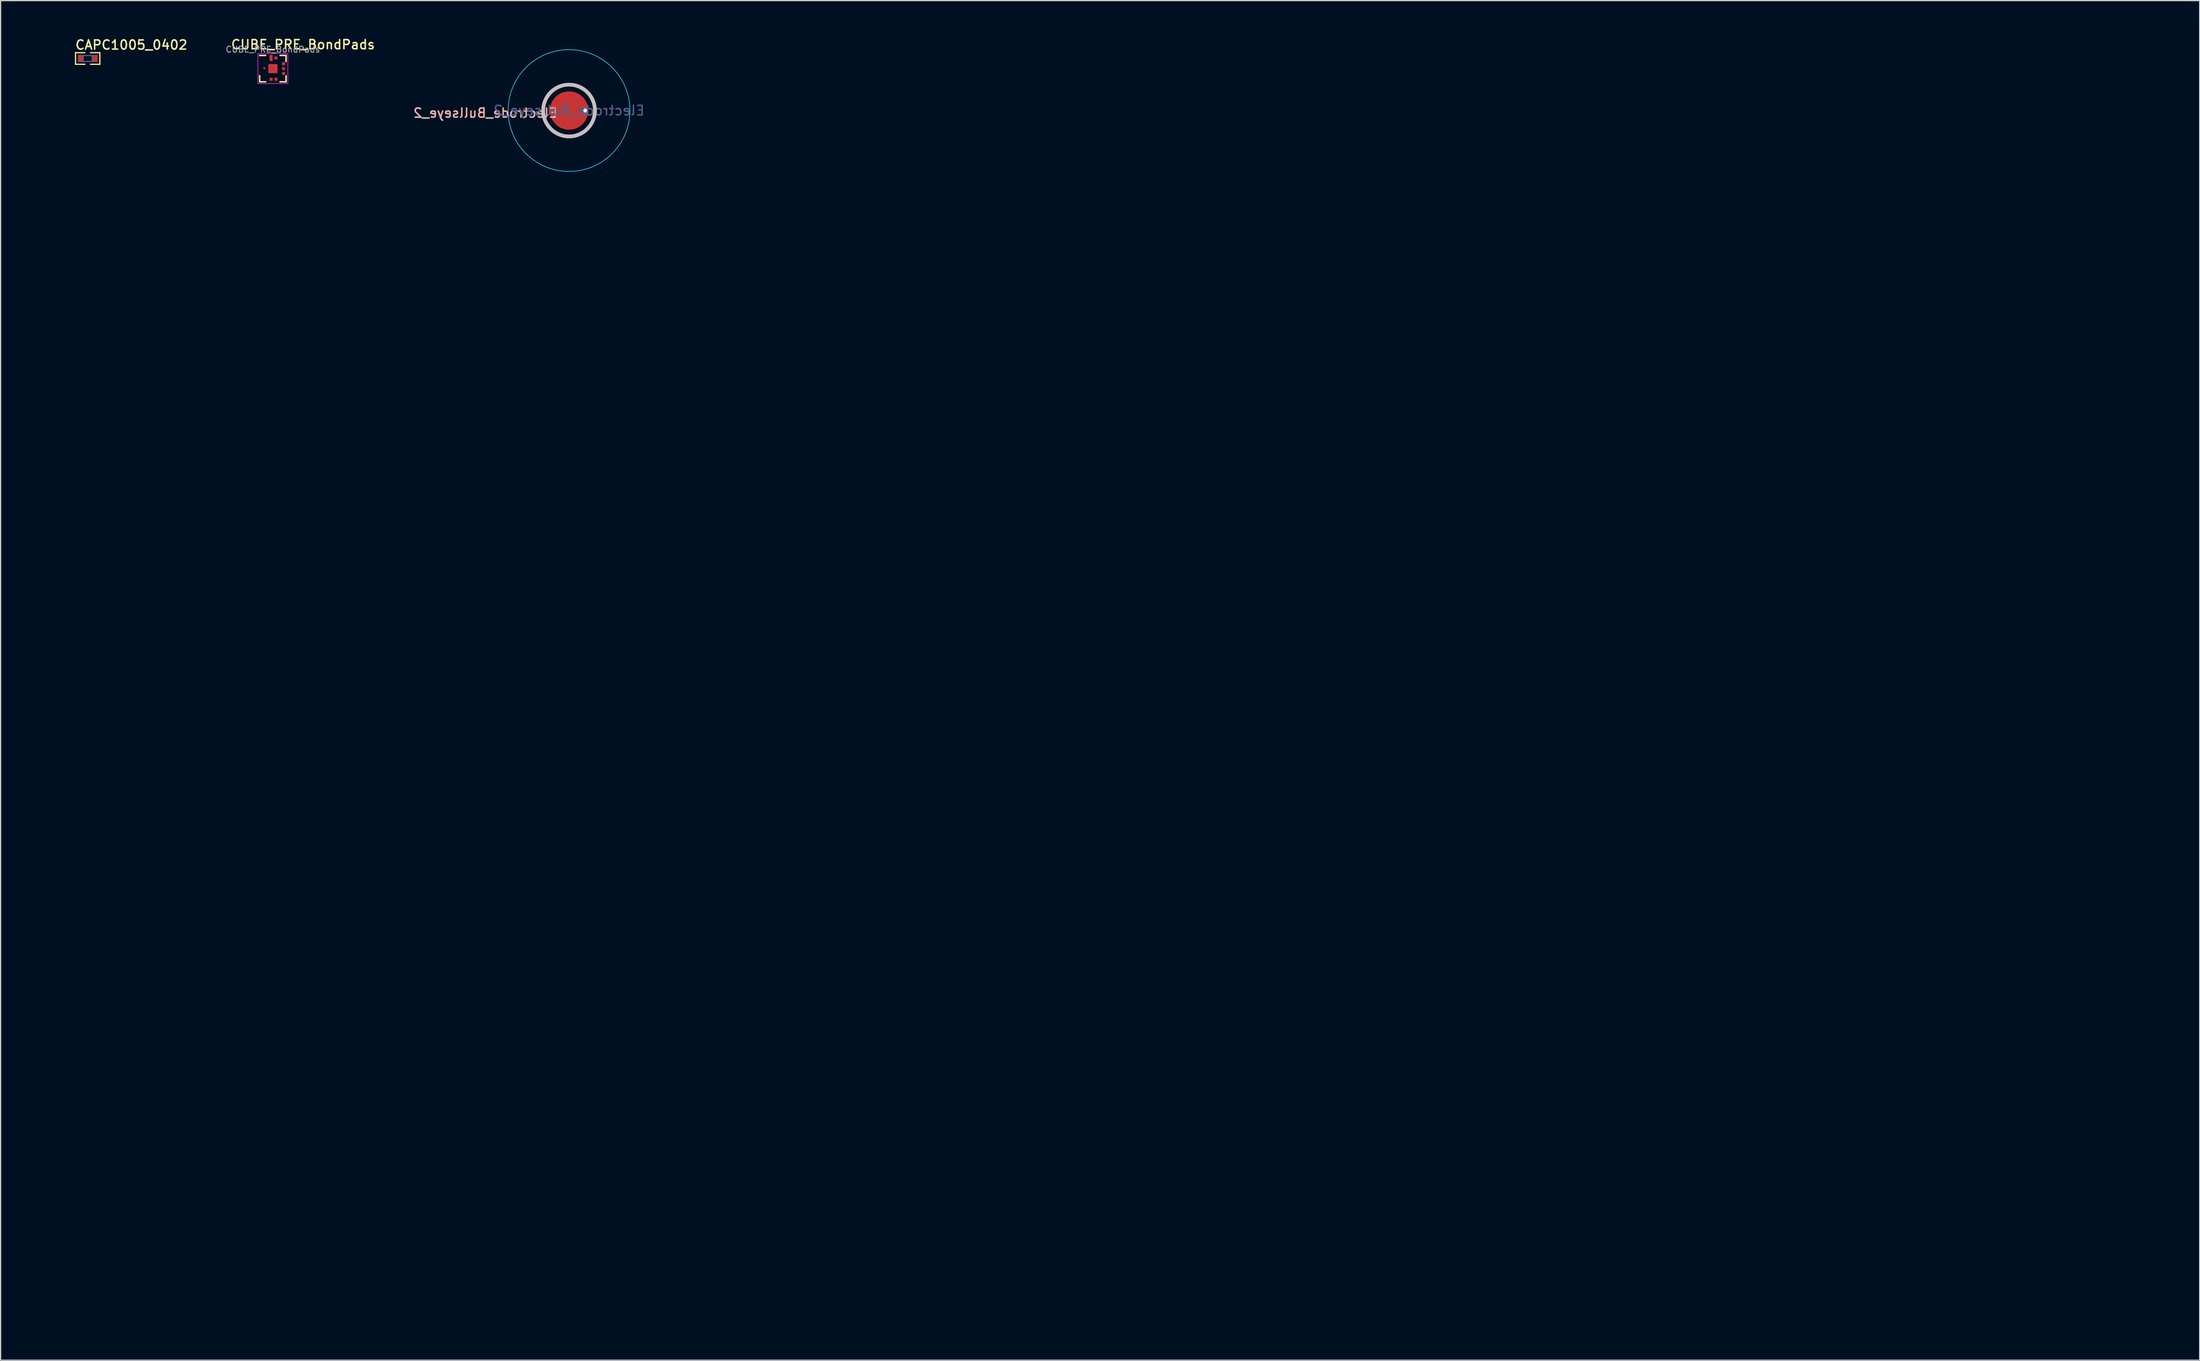
<source format=kicad_pcb>
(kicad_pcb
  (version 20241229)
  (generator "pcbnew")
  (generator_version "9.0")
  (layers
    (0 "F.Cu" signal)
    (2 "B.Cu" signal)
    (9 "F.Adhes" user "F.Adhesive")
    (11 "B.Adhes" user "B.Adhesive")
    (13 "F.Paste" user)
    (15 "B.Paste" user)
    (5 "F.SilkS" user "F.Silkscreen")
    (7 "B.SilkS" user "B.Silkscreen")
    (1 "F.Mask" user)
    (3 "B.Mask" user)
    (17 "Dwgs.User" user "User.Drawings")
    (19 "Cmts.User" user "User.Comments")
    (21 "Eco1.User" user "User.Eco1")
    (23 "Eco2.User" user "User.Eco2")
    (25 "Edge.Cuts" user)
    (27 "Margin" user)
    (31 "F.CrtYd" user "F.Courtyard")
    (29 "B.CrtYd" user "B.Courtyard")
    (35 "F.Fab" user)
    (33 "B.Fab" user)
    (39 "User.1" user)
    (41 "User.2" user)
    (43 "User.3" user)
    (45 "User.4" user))
  (footprint "CAPC1005_0402"
    (layer "F.Cu")
    (at 4.264 1.829)
    (property "Reference" "CAPC1005_0402" (at -1.101 -0.686 0) (unlocked yes) (layer "F.SilkS") (effects (font (size 0.762 0.762) (thickness 0.127)) (justify left bottom)))
    (fp_line (start -1.016 -0.483) (end -0.229 -0.483) (stroke (width 0.102) (type solid)) (layer "F.SilkS"))
    (fp_line (start -1.016 0.483) (end -1.016 -0.483) (stroke (width 0.102) (type solid)) (layer "F.SilkS"))
    (fp_line (start -1.016 0.483) (end -0.229 0.483) (stroke (width 0.102) (type solid)) (layer "F.SilkS"))
    (fp_line (start 0.229 -0.483) (end 1.016 -0.483) (stroke (width 0.102) (type solid)) (layer "F.SilkS"))
    (fp_line (start 0.229 0.483) (end 1.016 0.483) (stroke (width 0.102) (type solid)) (layer "F.SilkS"))
    (fp_line (start 1.016 0.483) (end 1.016 -0.483) (stroke (width 0.102) (type solid)) (layer "F.SilkS"))
    (fp_line (start -1.016 -0.483) (end 1.016 -0.483) (stroke (width 0.102) (type solid)) (layer "Eco1.User"))
    (fp_line (start -1.016 0.483) (end -1.016 -0.483) (stroke (width 0.102) (type solid)) (layer "Eco1.User"))
    (fp_line (start -1.016 0.483) (end 1.016 0.483) (stroke (width 0.102) (type solid)) (layer "Eco1.User"))
    (fp_line (start -0.25 0) (end 0.25 0) (stroke (width 0.1) (type solid)) (layer "Eco1.User"))
    (fp_line (start 0 0.25) (end 0 -0.25) (stroke (width 0.1) (type solid)) (layer "Eco1.User"))
    (fp_line (start 1.016 0.483) (end 1.016 -0.483) (stroke (width 0.102) (type solid)) (layer "Eco1.User"))
    (fp_line (start -0.5 -0.25) (end 0.5 -0.25) (stroke (width 0.1) (type solid)) (layer "B.Fab"))
    (fp_line (start -0.5 0.25) (end -0.5 -0.25) (stroke (width 0.1) (type solid)) (layer "B.Fab"))
    (fp_line (start -0.5 0.25) (end 0.5 0.25) (stroke (width 0.1) (type solid)) (layer "B.Fab"))
    (fp_line (start 0.5 0.25) (end 0.5 -0.25) (stroke (width 0.1) (type solid)) (layer "B.Fab"))
    (fp_text user "${REFERENCE}" (at -1.016 0.457 0) (unlocked yes) (layer "User.5") (effects (font (size 0.508 0.508) (thickness 0.127))))
    (pad "1" smd rect (at -0.576 0 90) (size 0.6 0.5) (layers "F.Cu" "F.Mask" "F.Paste"))
    (pad "2" smd rect (at 0.576 0 90) (size 0.6 0.5) (layers "F.Cu" "F.Mask" "F.Paste")))
  (footprint "CUBE_PRE_BondPads"
    (layer "F.Cu")
    (at 19.709 2.675)
    (property "Reference" "CUBE_PRE_BondPads" (at 2.515 -2.007 0) (layer "F.SilkS") (effects (font (size 0.762 0.762) (thickness 0.127))))
    (attr smd allow_soldermask_bridges)
    (fp_rect (start -1.016 -1.016) (end 1.016 1.016) (stroke (width 0.102) (type solid)) (fill yes) (layer "F.Mask"))
    (fp_line (start -1.1 -1.1) (end -1.1 -1.1) (stroke (width 0.12) (type solid)) (layer "F.SilkS"))
    (fp_line (start -1.1 0.6) (end -1.1 0.6) (stroke (width 0.12) (type solid)) (layer "F.SilkS"))
    (fp_line (start -1.1 1.1) (end -1.1 0.6) (stroke (width 0.12) (type solid)) (layer "F.SilkS"))
    (fp_line (start -0.6 -1.1) (end -1.1 -1.1) (stroke (width 0.12) (type solid)) (layer "F.SilkS"))
    (fp_line (start -0.6 1.1) (end -1.1 1.1) (stroke (width 0.12) (type solid)) (layer "F.SilkS"))
    (fp_line (start 0.6 -1.1) (end 1.1 -1.1) (stroke (width 0.12) (type solid)) (layer "F.SilkS"))
    (fp_line (start 0.6 1.1) (end 0.6 1.1) (stroke (width 0.12) (type solid)) (layer "F.SilkS"))
    (fp_line (start 1.1 -1.1) (end 1.1 -0.6) (stroke (width 0.12) (type solid)) (layer "F.SilkS"))
    (fp_line (start 1.1 -0.6) (end 1.1 -0.6) (stroke (width 0.12) (type solid)) (layer "F.SilkS"))
    (fp_line (start 1.1 0.6) (end 1.1 1.1) (stroke (width 0.12) (type solid)) (layer "F.SilkS"))
    (fp_line (start 1.1 1.1) (end 0.6 1.1) (stroke (width 0.12) (type solid)) (layer "F.SilkS"))
    (fp_line (start -1.25 -1.25) (end 1.25 -1.25) (stroke (width 0.05) (type solid)) (layer "F.CrtYd"))
    (fp_line (start -1.25 1.25) (end -1.25 -1.25) (stroke (width 0.05) (type solid)) (layer "F.CrtYd"))
    (fp_line (start 1.25 -1.25) (end 1.25 1.25) (stroke (width 0.05) (type solid)) (layer "F.CrtYd"))
    (fp_line (start 1.25 1.25) (end -1.25 1.25) (stroke (width 0.05) (type solid)) (layer "F.CrtYd"))
    (fp_rect (start -0.375 -0.375) (end 0.375 0.375) (stroke (width 0.005) (type default)) (fill no) (layer "F.Fab"))
    (fp_rect (start -0.305 -0.25) (end -0.255 -0.21) (stroke (width 0.005) (type solid)) (fill no) (layer "F.Fab"))
    (fp_rect (start -0.305 -0.05) (end -0.255 -0.01) (stroke (width 0.005) (type solid)) (fill no) (layer "F.Fab"))
    (fp_rect (start -0.305 0.15) (end -0.255 0.19) (stroke (width 0.005) (type solid)) (fill no) (layer "F.Fab"))
    (fp_rect (start -0.128 -0.3) (end -0.033 -0.205) (stroke (width 0.005) (type solid)) (fill no) (layer "F.Fab"))
    (fp_rect (start -0.128 0.2) (end -0.033 0.295) (stroke (width 0.005) (type solid)) (fill no) (layer "F.Fab"))
    (fp_rect (start 0.048 -0.3) (end 0.143 -0.205) (stroke (width 0.005) (type solid)) (fill no) (layer "F.Fab"))
    (fp_rect (start 0.048 0.2) (end 0.143 0.295) (stroke (width 0.005) (type solid)) (fill no) (layer "F.Fab"))
    (fp_rect (start 0.223 -0.225) (end 0.318 -0.13) (stroke (width 0.005) (type solid)) (fill no) (layer "F.Fab"))
    (fp_rect (start 0.223 -0.05) (end 0.318 0.045) (stroke (width 0.005) (type solid)) (fill no) (layer "F.Fab"))
    (fp_rect (start 0.223 0.125) (end 0.318 0.22) (stroke (width 0.005) (type solid)) (fill no) (layer "F.Fab"))
    (fp_text user "${REFERENCE}" (at 0 -1.6 0) (layer "F.Fab") (effects (font (size 0.5 0.5) (thickness 0.075))))
    (pad "0" smd rect (at 0 0) (size 0.75 0.75) (layers "F.Cu" "F.Mask"))
    (pad "1" smd rect (at 0.254 0.889) (size 0.254 0.254) (layers "F.Cu" "F.Mask"))
    (pad "2" smd rect (at -0.152 0.889) (size 0.254 0.254) (layers "F.Cu" "F.Mask"))
    (pad "3" smd rect (at 0.889 0.406) (size 0.254 0.254) (layers "F.Cu" "F.Mask"))
    (pad "4" smd rect (at -0.152 -0.889) (size 0.254 0.508) (layers "F.Cu" "F.Mask"))
    (pad "5" smd rect (at 0.889 0 180) (size 0.254 0.254) (layers "F.Cu" "F.Mask"))
    (pad "6" smd rect (at 0.889 -0.406 180) (size 0.254 0.254) (layers "F.Cu" "F.Mask"))
    (pad "7" smd rect (at 0.254 -0.889) (size 0.254 0.254) (layers "F.Cu" "F.Mask"))
    (pad "8" smd rect (at -0.711 -0.025) (size 0.152 0.152) (layers "F.Cu" "F.Mask")))
  (footprint "Electrode_Bullseye_2"
    (layer "F.Cu")
    (at 44.411 6.172)
    (property "Reference" "Electrode_Bullseye_2" (at -6.985 0.203 0) (layer "B.SilkS") (effects (font (size 0.762 0.762) (thickness 0.127)) (justify mirror)))
    (attr smd exclude_from_bom allow_soldermask_bridges)
    (fp_circle (center 0 0) (end -6.096 0) (stroke (width 0.152) (type solid)) (fill yes) (layer "F.Mask"))
    (fp_circle (center 0 0) (end -5.588 0) (stroke (width 0.152) (type solid)) (fill yes) (layer "B.Mask"))
    (fp_circle (center 0 0) (end 2.159 0) (stroke (width 0.305) (type default)) (fill no) (layer "Dwgs.User"))
    (fp_circle (center 0 0) (end -5.08 0) (stroke (width 0.05) (type solid)) (fill no) (layer "B.CrtYd"))
    (fp_text user "${REFERENCE}" (at 0 0 0) (layer "B.Fab") (effects (font (size 0.8 0.8) (thickness 0.12)) (justify mirror)))
    (pad "1" smd circle (at 0 0 180) (size 3.2 3.2) (property pad_prop_heatsink) (layers "F.Cu" "F.Mask"))
    (pad "1" thru_hole circle (at 1.346 0 180) (size 0.508 0.508) (drill 0.305) (layers "*.Cu" "*.Mask"))
    (pad "2" smd oval (at -2.159 0) (size 0.305 0.508) (layers "F.Cu"))
    (pad "2" smd oval (at -2.147 -0.226 354) (size 0.305 0.508) (layers "F.Cu"))
    (pad "2" smd oval (at -2.147 0.226 6) (size 0.305 0.508) (layers "F.Cu"))
    (pad "2" smd oval (at -2.112 -0.449 348) (size 0.305 0.508) (layers "F.Cu"))
    (pad "2" smd oval (at -2.112 0.449 12) (size 0.305 0.508) (layers "F.Cu"))
    (pad "2" smd oval (at -2.053 -0.667 342) (size 0.305 0.508) (layers "F.Cu"))
    (pad "2" smd oval (at -2.053 0.667 18) (size 0.305 0.508) (layers "F.Cu"))
    (pad "2" smd oval (at -1.972 -0.878 336) (size 0.305 0.508) (layers "F.Cu"))
    (pad "2" smd oval (at -1.972 0.878 24) (size 0.305 0.508) (layers "F.Cu"))
    (pad "2" smd oval (at -1.87 -1.079 330) (size 0.305 0.508) (layers "F.Cu"))
    (pad "2" smd oval (at -1.87 1.079 30) (size 0.305 0.508) (layers "F.Cu"))
    (pad "2" smd oval (at -1.747 -1.269 324) (size 0.305 0.508) (layers "F.Cu"))
    (pad "2" smd oval (at -1.747 1.269 36) (size 0.305 0.508) (layers "F.Cu"))
    (pad "2" smd oval (at -1.604 -1.445 318) (size 0.305 0.508) (layers "F.Cu"))
    (pad "2" smd oval (at -1.604 1.445 42) (size 0.305 0.508) (layers "F.Cu"))
    (pad "2" smd oval (at -1.445 -1.604 312) (size 0.305 0.508) (layers "F.Cu"))
    (pad "2" smd oval (at -1.445 1.604 48) (size 0.305 0.508) (layers "F.Cu"))
    (pad "2" smd oval (at -1.269 -1.747 306) (size 0.305 0.508) (layers "F.Cu"))
    (pad "2" smd oval (at -1.269 1.747 54) (size 0.305 0.508) (layers "F.Cu"))
    (pad "2" smd oval (at -1.079 -1.87 300) (size 0.305 0.508) (layers "F.Cu"))
    (pad "2" smd oval (at -1.079 1.87 60) (size 0.305 0.508) (layers "F.Cu"))
    (pad "2" smd oval (at -0.878 -1.972 294) (size 0.305 0.508) (layers "F.Cu"))
    (pad "2" smd oval (at -0.878 1.972 66) (size 0.305 0.508) (layers "F.Cu"))
    (pad "2" smd oval (at -0.667 -2.053 288) (size 0.305 0.508) (layers "F.Cu"))
    (pad "2" smd oval (at -0.667 2.053 72) (size 0.305 0.508) (layers "F.Cu"))
    (pad "2" smd oval (at -0.449 -2.112 282) (size 0.305 0.508) (layers "F.Cu"))
    (pad "2" smd oval (at -0.449 2.112 78) (size 0.305 0.508) (layers "F.Cu"))
    (pad "2" smd oval (at -0.226 -2.147 276) (size 0.305 0.508) (layers "F.Cu"))
    (pad "2" smd oval (at -0.226 2.147 84) (size 0.305 0.508) (layers "F.Cu"))
    (pad "2" smd oval (at 0 -2.159 270) (size 0.305 0.508) (layers "F.Cu"))
    (pad "2" smd oval (at 0 2.159 90) (size 0.305 0.508) (layers "F.Cu"))
    (pad "2" smd oval (at 0.226 -2.147 264) (size 0.305 0.508) (layers "F.Cu"))
    (pad "2" smd oval (at 0.226 2.147 96) (size 0.305 0.508) (layers "F.Cu"))
    (pad "2" smd oval (at 0.449 -2.112 258) (size 0.305 0.508) (layers "F.Cu"))
    (pad "2" smd oval (at 0.449 2.112 102) (size 0.305 0.508) (layers "F.Cu"))
    (pad "2" smd oval (at 0.667 -2.053 252) (size 0.305 0.508) (layers "F.Cu"))
    (pad "2" smd oval (at 0.667 2.053 108) (size 0.305 0.508) (layers "F.Cu"))
    (pad "2" smd oval (at 0.878 -1.972 246) (size 0.305 0.508) (layers "F.Cu"))
    (pad "2" smd oval (at 0.878 1.972 114) (size 0.305 0.508) (layers "F.Cu"))
    (pad "2" smd oval (at 1.079 -1.87 240) (size 0.305 0.508) (layers "F.Cu"))
    (pad "2" smd oval (at 1.079 1.87 120) (size 0.305 0.508) (layers "F.Cu"))
    (pad "2" smd oval (at 1.269 -1.747 234) (size 0.305 0.508) (layers "F.Cu"))
    (pad "2" smd oval (at 1.269 1.747 126) (size 0.305 0.508) (layers "F.Cu"))
    (pad "2" smd oval (at 1.445 -1.604 228) (size 0.305 0.508) (layers "F.Cu"))
    (pad "2" smd oval (at 1.445 1.604 132) (size 0.305 0.508) (layers "F.Cu"))
    (pad "2" smd oval (at 1.604 -1.445 222) (size 0.305 0.508) (layers "F.Cu"))
    (pad "2" smd oval (at 1.604 1.445 138) (size 0.305 0.508) (layers "F.Cu"))
    (pad "2" smd oval (at 1.747 -1.269 216) (size 0.305 0.508) (layers "F.Cu"))
    (pad "2" smd oval (at 1.747 1.269 144) (size 0.305 0.508) (layers "F.Cu"))
    (pad "2" smd oval (at 1.87 -1.079 210) (size 0.305 0.508) (layers "F.Cu"))
    (pad "2" smd oval (at 1.87 1.079 150) (size 0.305 0.508) (layers "F.Cu"))
    (pad "2" smd oval (at 1.972 -0.878 204) (size 0.305 0.508) (layers "F.Cu"))
    (pad "2" smd oval (at 1.972 0.878 156) (size 0.305 0.508) (layers "F.Cu"))
    (pad "2" smd oval (at 2.053 -0.667 198) (size 0.305 0.508) (layers "F.Cu"))
    (pad "2" smd oval (at 2.053 0.667 162) (size 0.305 0.508) (layers "F.Cu"))
    (pad "2" smd oval (at 2.112 -0.449 192) (size 0.305 0.508) (layers "F.Cu"))
    (pad "2" smd oval (at 2.112 0.449 168) (size 0.305 0.508) (layers "F.Cu"))
    (pad "2" smd oval (at 2.147 -0.226 186) (size 0.305 0.508) (layers "F.Cu"))
    (pad "2" smd oval (at 2.147 0.226 174) (size 0.305 0.508) (layers "F.Cu"))
    (pad "2" smd oval (at 2.159 0 180) (size 0.305 0.508) (layers "F.Cu"))
    (zone (net_name "") (layer "In1.Cu") (name "NoRoute") (hatch edge 0.508) (connect_pads) (min_thickness 0.254) (filled_areas_thickness no) (keepout (tracks allowed) (vias allowed) (pads allowed) (copperpour not_allowed) (footprints allowed)) (placement (enabled no)) (fill (island_removal_mode 2) (island_area_min 10)) (polygon (pts (xy 177.411 101.422) (xy 177.408 101.213) (xy 177.397 101.004) (xy 177.378 100.795) (xy 177.353 100.587) (xy 177.32 100.38) (xy 177.28 100.175) (xy 177.233 99.971) (xy 177.179 99.768) (xy 177.118 99.568) (xy 177.049 99.37) (xy 176.974 99.175) (xy 176.892 98.982) (xy 176.804 98.792) (xy 176.709 98.605) (xy 176.607 98.422) (xy 176.499 98.243) (xy 176.385 98.067) (xy 176.265 97.895) (xy 176.139 97.728) (xy 176.007 97.565) (xy 175.87 97.407) (xy 175.727 97.254) (xy 175.579 97.106) (xy 175.426 96.963) (xy 175.268 96.826) (xy 175.105 96.694) (xy 174.938 96.568) (xy 174.766 96.448) (xy 174.591 96.334) (xy 174.411 96.226) (xy 174.228 96.125) (xy 174.041 96.029) (xy 173.852 95.941) (xy 173.659 95.859) (xy 173.463 95.784) (xy 173.265 95.716) (xy 173.065 95.655) (xy 172.863 95.6) (xy 172.659 95.553) (xy 172.453 95.513) (xy 172.246 95.481) (xy 172.038 95.455) (xy 171.83 95.437) (xy 171.621 95.426) (xy 171.411 95.422) (xy 171.202 95.426) (xy 170.993 95.437) (xy 170.784 95.455) (xy 170.576 95.481) (xy 170.369 95.513) (xy 170.164 95.553) (xy 169.96 95.6) (xy 169.757 95.655) (xy 169.557 95.716) (xy 169.359 95.784) (xy 169.164 95.859) (xy 168.971 95.941) (xy 168.781 96.029) (xy 168.594 96.125) (xy 168.411 96.226) (xy 168.232 96.334) (xy 168.056 96.448) (xy 167.884 96.568) (xy 167.717 96.694) (xy 167.554 96.826) (xy 167.396 96.963) (xy 167.243 97.106) (xy 167.095 97.254) (xy 166.952 97.407) (xy 166.815 97.565) (xy 166.683 97.728) (xy 166.557 97.895) (xy 166.437 98.067) (xy 166.323 98.243) (xy 166.215 98.422) (xy 166.113 98.605) (xy 166.018 98.792) (xy 165.93 98.982) (xy 165.848 99.175) (xy 165.773 99.37) (xy 165.705 99.568) (xy 165.644 99.768) (xy 165.589 99.971) (xy 165.542 100.175) (xy 165.502 100.38) (xy 165.47 100.587) (xy 165.444 100.795) (xy 165.426 101.004) (xy 165.415 101.213) (xy 165.411 101.422) (xy 165.415 101.632) (xy 165.426 101.841) (xy 165.444 102.049) (xy 165.47 102.257) (xy 165.502 102.464) (xy 165.542 102.67) (xy 165.589 102.874) (xy 165.644 103.076) (xy 165.705 103.276) (xy 165.773 103.474) (xy 165.848 103.67) (xy 165.93 103.863) (xy 166.018 104.052) (xy 166.113 104.239) (xy 166.215 104.422) (xy 166.323 104.602) (xy 166.437 104.777) (xy 166.557 104.949) (xy 166.683 105.116) (xy 166.815 105.279) (xy 166.952 105.437) (xy 167.095 105.59) (xy 167.243 105.738) (xy 167.396 105.881) (xy 167.554 106.018) (xy 167.717 106.15) (xy 167.884 106.276) (xy 168.056 106.396) (xy 168.232 106.51) (xy 168.411 106.618) (xy 168.594 106.72) (xy 168.781 106.815) (xy 168.971 106.903) (xy 169.164 106.985) (xy 169.359 107.06) (xy 169.557 107.129) (xy 169.757 107.19) (xy 169.96 107.244) (xy 170.164 107.291) (xy 170.369 107.331) (xy 170.576 107.364) (xy 170.784 107.389) (xy 170.993 107.408) (xy 171.202 107.419) (xy 171.411 107.422) (xy 171.621 107.419) (xy 171.83 107.408) (xy 172.038 107.389) (xy 172.246 107.364) (xy 172.453 107.331) (xy 172.659 107.291) (xy 172.863 107.244) (xy 173.065 107.19) (xy 173.265 107.129) (xy 173.463 107.06) (xy 173.659 106.985) (xy 173.852 106.903) (xy 174.041 106.815) (xy 174.228 106.72) (xy 174.411 106.618) (xy 174.591 106.51) (xy 174.766 106.396) (xy 174.938 106.276) (xy 175.105 106.15) (xy 175.268 106.018) (xy 175.426 105.881) (xy 175.579 105.738) (xy 175.727 105.59) (xy 175.87 105.437) (xy 176.007 105.279) (xy 176.139 105.116) (xy 176.265 104.949) (xy 176.385 104.777) (xy 176.499 104.602) (xy 176.607 104.422) (xy 176.709 104.239) (xy 176.804 104.052) (xy 176.892 103.863) (xy 176.974 103.67) (xy 177.049 103.474) (xy 177.118 103.276) (xy 177.179 103.076) (xy 177.233 102.874) (xy 177.28 102.67) (xy 177.32 102.464) (xy 177.353 102.257) (xy 177.378 102.049) (xy 177.397 101.841) (xy 177.408 101.632)))))
  (gr_rect
    (start -3 -3)
    (end 180.411 110.422)
    (stroke (width 0.1) (type default))
    (fill no)
    (layer "Edge.Cuts")))
</source>
